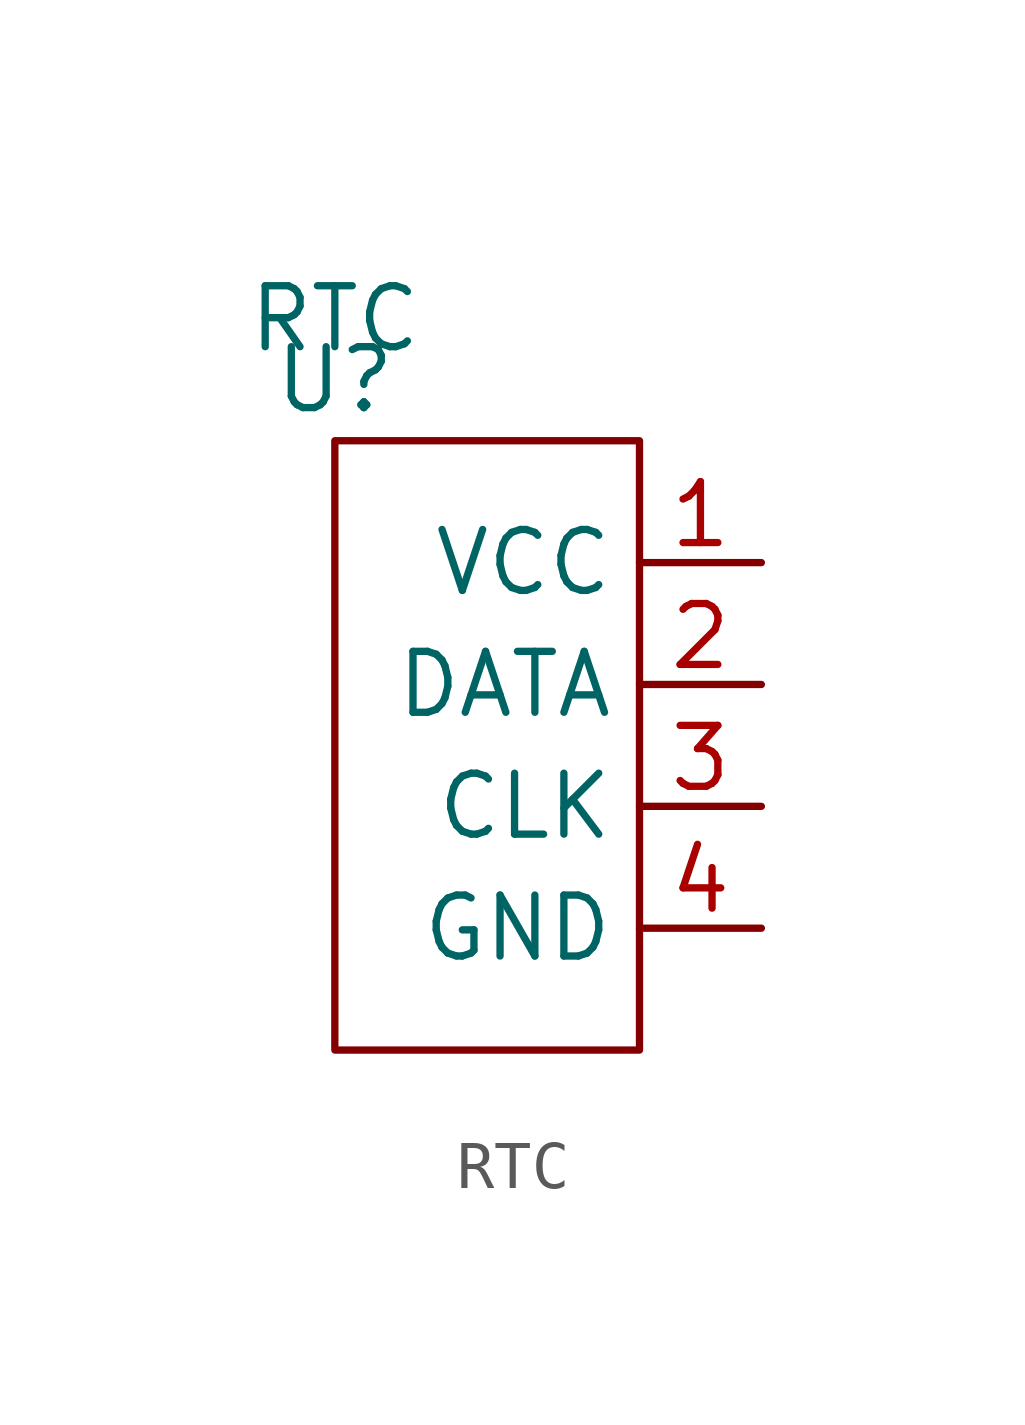
<source format=kicad_sym>
(kicad_symbol_lib
  (version 20211014)
  (generator kicad_symbol_editor)
  (symbol "RTC"
    (property "Reference" "U"
      (at 0 0 0)
      (effects (font (size 1.27 1.27))))
    (property "Value" "RTC"
      (at 0 1.27 0)
      (effects (font (size 1.27 1.27))))
    (symbol "RTC_0_1"
      (rectangle (start 0 -1.27) (end 6.35 -13.97) (stroke (width 0) (type default) (color 0 0 0 0)) (fill (type none))))
    (symbol "RTC_1_1"
      (pin output line (at 8.89 -3.81 180) (length 2.54) (name "VCC" (effects (font (size 1.27 1.27)))) (number "1" (effects (font (size 1.27 1.27)))))
      (pin output line (at 8.89 -6.35 180) (length 2.54) (name "DATA" (effects (font (size 1.27 1.27)))) (number "2" (effects (font (size 1.27 1.27)))))
      (pin output line (at 8.89 -8.89 180) (length 2.54) (name "CLK" (effects (font (size 1.27 1.27)))) (number "3" (effects (font (size 1.27 1.27)))))
      (pin output line (at 8.89 -11.43 180) (length 2.54) (name "GND" (effects (font (size 1.27 1.27)))) (number "4" (effects (font (size 1.27 1.27))))))))
</source>
